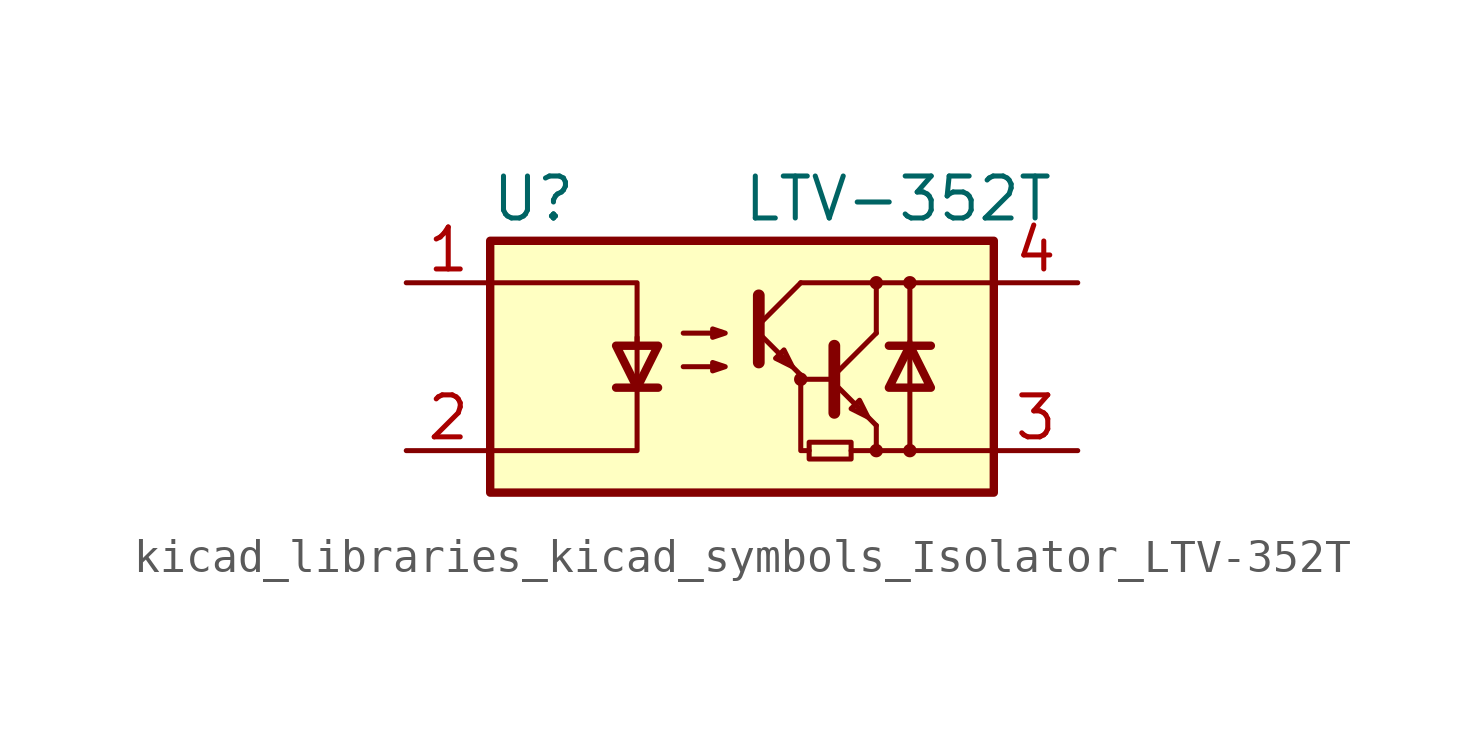
<source format=kicad_sym>
(kicad_symbol_lib
  (version 20220914)
  (generator kicad_symbol_editor)
  (symbol "kicad_libraries_kicad_symbols_Isolator_LTV-352T"
    (pin_names
      (offset 1.016))
    (property "Reference" "U"
      (at -7.62 5.08 0)
      (effects (font (size 1.27 1.27)) (justify left)))
    (property "Value" "LTV-352T"
      (at 0 5.08 0)
      (effects (font (size 1.27 1.27)) (justify left)))
    (symbol "kicad_libraries_kicad_symbols_Isolator_LTV-352T_0_0"
      (polyline (pts (xy 4.064 -2.54) (xy 3.302 -2.54)) (stroke (width 0) (type default)) (fill (type none)))
      (polyline (pts (xy 1.778 -0.254) (xy 1.778 -2.54) (xy 2.032 -2.54)) (stroke (width 0) (type default)) (fill (type none)))
      (rectangle (start 2.032 -2.286) (end 3.302 -2.794) (stroke (width 0) (type default)) (fill (type none))))
    (symbol "kicad_libraries_kicad_symbols_Isolator_LTV-352T_0_1"
      (rectangle (start -7.62 3.81) (end 7.62 -3.81) (stroke (width 0.254) (type default)) (fill (type background)))
      (polyline (pts (xy -3.81 -0.635) (xy -2.54 -0.635)) (stroke (width 0.254) (type default)) (fill (type none)))
      (polyline (pts (xy 0.508 1.016) (xy 1.778 -0.254)) (stroke (width 0) (type default)) (fill (type none)))
      (polyline (pts (xy 0.508 1.27) (xy 1.778 2.54)) (stroke (width 0) (type default)) (fill (type none)))
      (polyline (pts (xy 0.508 2.159) (xy 0.508 0.127)) (stroke (width 0.356) (type default)) (fill (type none)))
      (polyline (pts (xy 1.778 2.54) (xy 7.62 2.54)) (stroke (width 0) (type default)) (fill (type none)))
      (polyline (pts (xy 2.794 -0.508) (xy 4.064 -1.778)) (stroke (width 0) (type default)) (fill (type none)))
      (polyline (pts (xy 2.794 -0.381) (xy 1.778 -0.381)) (stroke (width 0) (type default)) (fill (type none)))
      (polyline (pts (xy 2.794 -0.254) (xy 4.064 1.016)) (stroke (width 0) (type default)) (fill (type none)))
      (polyline (pts (xy 4.064 -2.54) (xy 7.62 -2.54)) (stroke (width 0) (type default)) (fill (type none)))
      (polyline (pts (xy 4.064 -1.778) (xy 4.064 -2.54)) (stroke (width 0) (type default)) (fill (type none)))
      (polyline (pts (xy 4.064 1.016) (xy 4.064 2.54)) (stroke (width 0) (type default)) (fill (type none)))
      (polyline (pts (xy 4.445 0.635) (xy 5.715 0.635)) (stroke (width 0.254) (type default)) (fill (type none)))
      (polyline (pts (xy 5.08 0.635) (xy 5.08 2.54)) (stroke (width 0) (type default)) (fill (type none)))
      (polyline (pts (xy 5.08 0.762) (xy 5.08 -2.54)) (stroke (width 0) (type default)) (fill (type none)))
      (polyline (pts (xy -7.62 2.54) (xy -3.175 2.54) (xy -3.175 0.635)) (stroke (width 0) (type default)) (fill (type none)))
      (polyline (pts (xy -3.175 0.889) (xy -3.175 -2.54) (xy -7.62 -2.54)) (stroke (width 0) (type default)) (fill (type none)))
      (polyline (pts (xy 2.794 0.635) (xy 2.794 -1.397) (xy 2.794 -1.397)) (stroke (width 0.356) (type default)) (fill (type none)))
      (polyline (pts (xy -3.175 -0.635) (xy -3.81 0.635) (xy -2.54 0.635) (xy -3.175 -0.635)) (stroke (width 0.254) (type default)) (fill (type none)))
      (polyline (pts (xy 1.524 0) (xy 1.27 0.508) (xy 1.016 0.254) (xy 1.524 0)) (stroke (width 0) (type default)) (fill (type none)))
      (polyline (pts (xy 3.81 -1.524) (xy 3.556 -1.016) (xy 3.302 -1.27) (xy 3.81 -1.524)) (stroke (width 0) (type default)) (fill (type none)))
      (polyline (pts (xy 5.08 0.635) (xy 4.445 -0.635) (xy 5.715 -0.635) (xy 5.08 0.635)) (stroke (width 0.254) (type default)) (fill (type none)))
      (polyline (pts (xy -1.778 0) (xy -0.508 0) (xy -0.889 -0.127) (xy -0.889 0.127) (xy -0.508 0)) (stroke (width 0) (type default)) (fill (type none)))
      (polyline (pts (xy -1.778 1.016) (xy -0.508 1.016) (xy -0.889 0.889) (xy -0.889 1.143) (xy -0.508 1.016)) (stroke (width 0) (type default)) (fill (type none)))
      (circle (center 1.778 -0.381) (radius 0.127) (stroke (width 0) (type default)) (fill (type none)))
      (circle (center 4.064 -2.54) (radius 0.127) (stroke (width 0) (type default)) (fill (type none)))
      (circle (center 4.064 2.54) (radius 0.127) (stroke (width 0) (type default)) (fill (type none)))
      (circle (center 5.08 -2.54) (radius 0.127) (stroke (width 0) (type default)) (fill (type none)))
      (circle (center 5.08 2.54) (radius 0.127) (stroke (width 0) (type default)) (fill (type none))))
    (symbol "kicad_libraries_kicad_symbols_Isolator_LTV-352T_1_1"
      (pin passive line (at -10.16 2.54 0) (length 2.54) (name "~" (effects (font (size 1.27 1.27)))) (number "1" (effects (font (size 1.27 1.27)))))
      (pin passive line (at -10.16 -2.54 0) (length 2.54) (name "~" (effects (font (size 1.27 1.27)))) (number "2" (effects (font (size 1.27 1.27)))))
      (pin passive line (at 10.16 -2.54 180) (length 2.54) (name "~" (effects (font (size 1.27 1.27)))) (number "3" (effects (font (size 1.27 1.27)))))
      (pin passive line (at 10.16 2.54 180) (length 2.54) (name "~" (effects (font (size 1.27 1.27)))) (number "4" (effects (font (size 1.27 1.27))))))))
</source>
